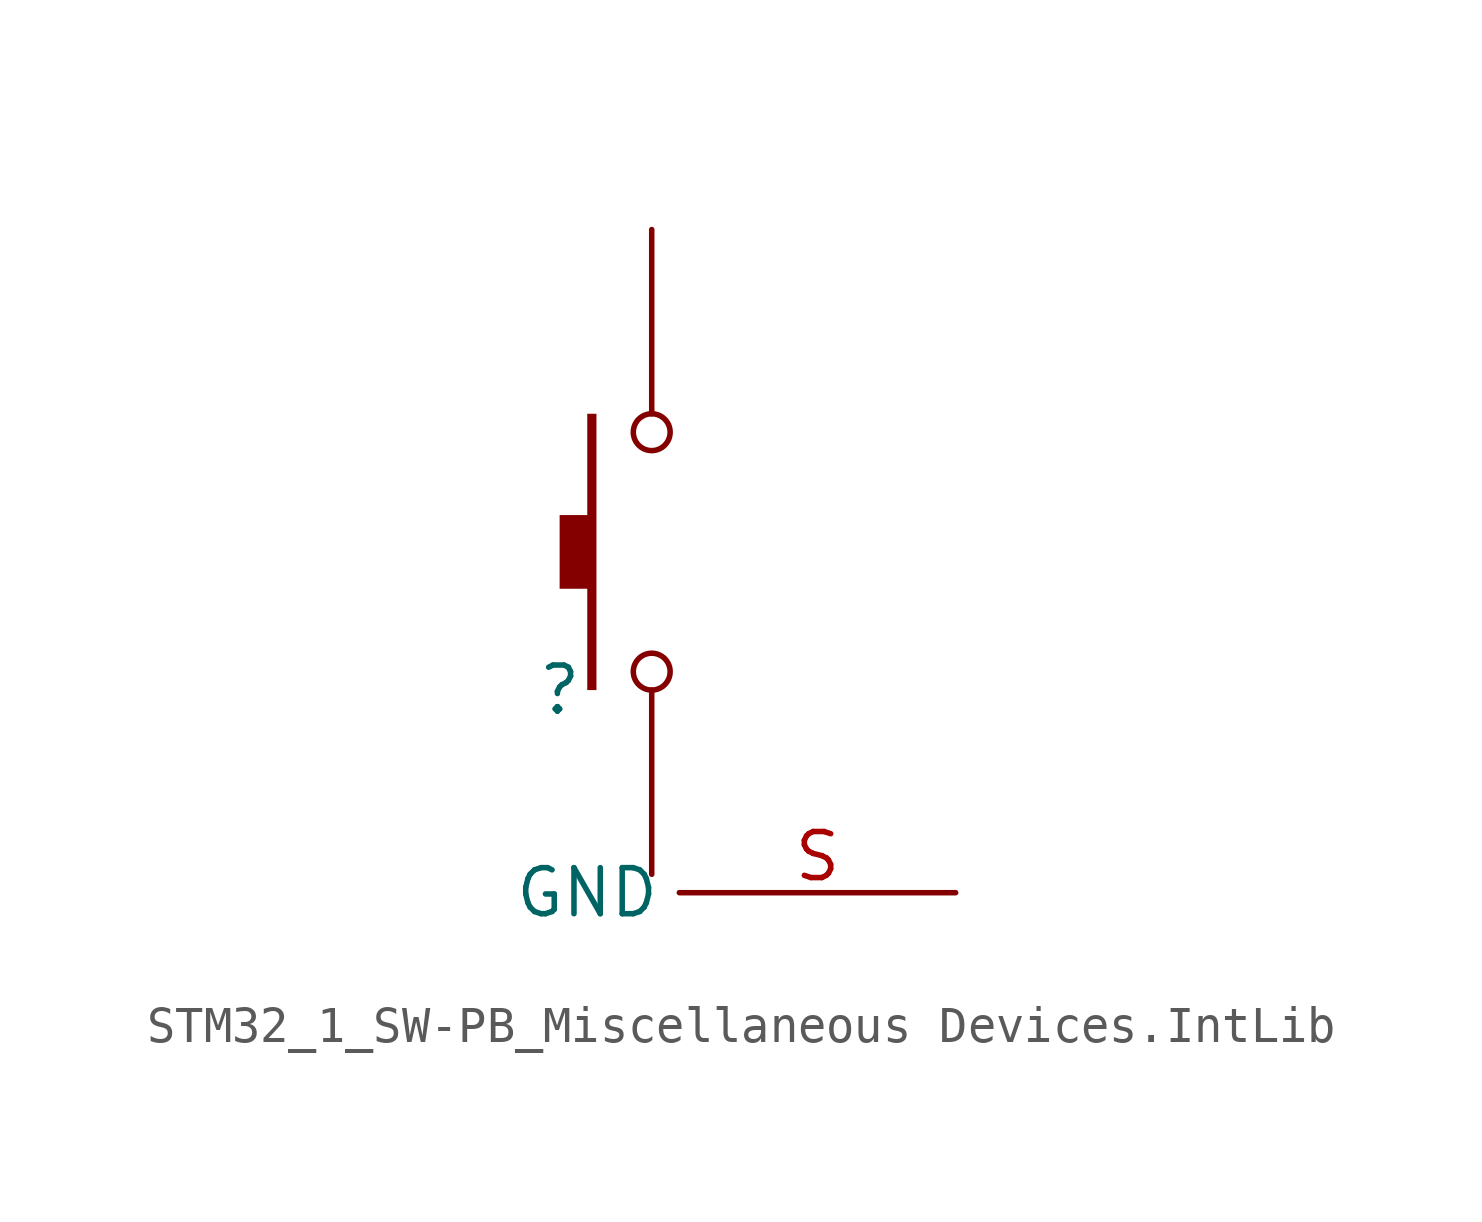
<source format=kicad_sym>
(kicad_symbol_lib
  (version 20241209)
  (generator "kicad_symbol_editor")
  (generator_version "9.0")
  (symbol "STM32_1_SW-PB_Miscellaneous Devices.IntLib"
    (property "Reference" ""
      (at 0 0 0)
      (effects (font (size 1.27 1.27))))
    (property "Value" ""
      (at 0 0 0)
      (effects (font (size 1.27 1.27))))
    (symbol "STM32_1_SW-PB_Miscellaneous Devices.IntLib_1_0"
      (polyline (pts (xy 0.762 0) (xy 1.016 0) (xy 1.016 7.62) (xy 0.762 7.62) (xy 0.762 4.826) (xy 0 4.826) (xy 0 2.794) (xy 0.762 2.794) (xy 0.762 0)) (stroke (width -0.0001) (type solid)) (fill (type outline)))
      (circle (center 2.54 7.112) (radius 0.508) (stroke (width 0) (type solid)) (fill (type none)))
      (circle (center 2.54 0.508) (radius 0.508) (stroke (width 0) (type solid)) (fill (type none)))
      (pin passive line (at 2.54 12.7 270) (length 5.08) (name "2" (effects (font (size 0 0)))) (number "2" (effects (font (size 0 0)))))
      (pin passive line (at 2.54 -5.08 90) (length 5.08) (name "1" (effects (font (size 0 0)))) (number "1" (effects (font (size 0 0)))))
      (pin power_in line (at 10.922 -5.588 180) (length 7.62) (name "GND" (effects (font (size 1.27 1.27)))) (number "S" (effects (font (size 1.27 1.27))))))))
</source>
